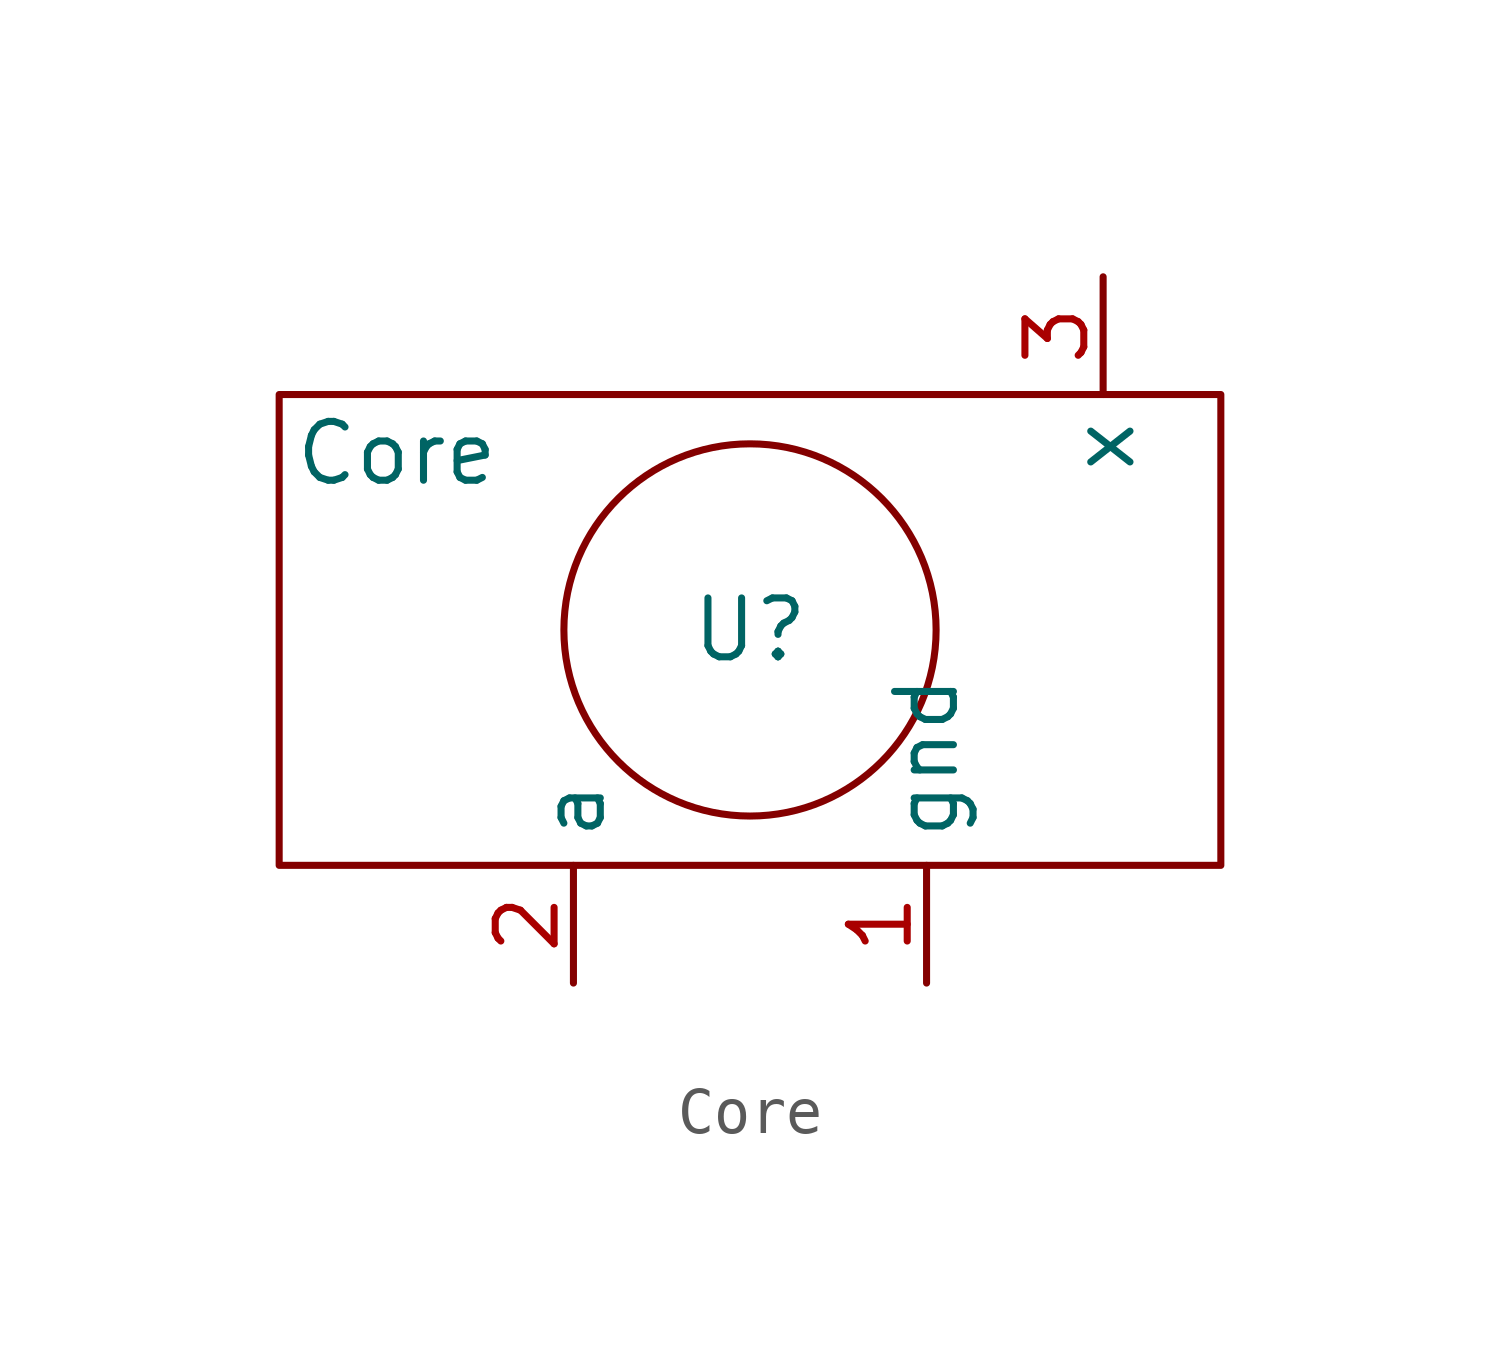
<source format=kicad_sym>
(kicad_symbol_lib
  (version 20211014)
  (generator kicad_symbol_editor)
  (symbol "Core"
    (property "Reference" "U"
      (at 0 0 0)
      (effects (font (size 1.27 1.27))))
    (property "Value" "Core"
      (at -7.62 3.81 0)
      (effects (font (size 1.27 1.27))))
    (symbol "Core_0_1"
      (rectangle (start -10.16 5.08) (end 10.16 -5.08) (stroke (width 0) (type default) (color 0 0 0 0)) (fill (type none)))
      (circle (center 0 0) (radius 4.016) (stroke (width 0) (type default) (color 0 0 0 0)) (fill (type none))))
    (symbol "Core_1_1"
      (pin input line (at 3.81 -7.62 90) (length 2.54) (name "gnd" (effects (font (size 1.27 1.27)))) (number "1" (effects (font (size 1.27 1.27)))))
      (pin output line (at -3.81 -7.62 90) (length 2.54) (name "a" (effects (font (size 1.27 1.27)))) (number "2" (effects (font (size 1.27 1.27)))))
      (pin output line (at 7.62 7.62 270) (length 2.54) (name "x" (effects (font (size 1.27 1.27)))) (number "3" (effects (font (size 1.27 1.27))))))))
</source>
